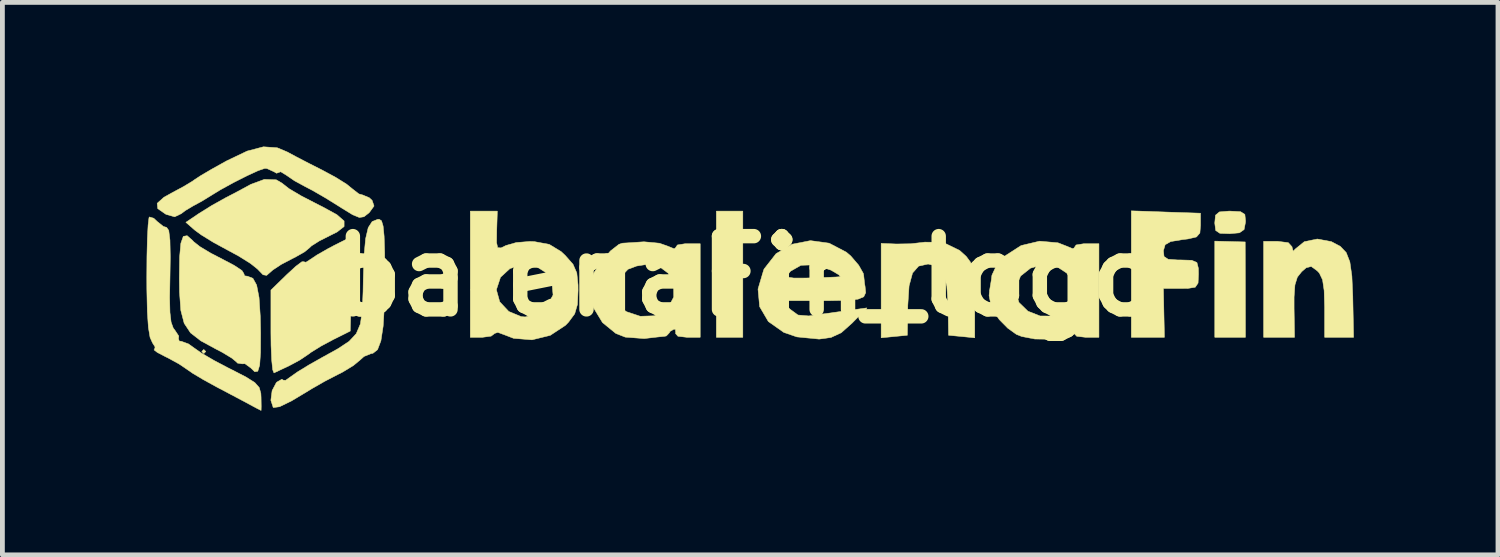
<source format=kicad_pcb>
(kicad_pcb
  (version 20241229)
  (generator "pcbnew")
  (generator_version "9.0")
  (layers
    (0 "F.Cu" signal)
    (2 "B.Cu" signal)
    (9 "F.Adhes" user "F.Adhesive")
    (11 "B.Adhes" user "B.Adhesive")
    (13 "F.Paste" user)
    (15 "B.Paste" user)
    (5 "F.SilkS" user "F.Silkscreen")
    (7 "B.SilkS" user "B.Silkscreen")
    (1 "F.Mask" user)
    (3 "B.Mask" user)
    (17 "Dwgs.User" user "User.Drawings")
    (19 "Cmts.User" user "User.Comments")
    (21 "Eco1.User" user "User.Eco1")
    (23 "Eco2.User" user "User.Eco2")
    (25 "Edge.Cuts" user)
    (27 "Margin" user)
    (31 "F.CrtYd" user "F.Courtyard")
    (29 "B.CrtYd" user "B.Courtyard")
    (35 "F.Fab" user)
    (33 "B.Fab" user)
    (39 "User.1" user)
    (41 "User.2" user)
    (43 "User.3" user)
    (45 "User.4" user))
  (footprint "balenaFin_logo"
    (layer "F.Cu")
    (at 12.494 2.699)
    (property "Reference" "balenaFin_logo" (at 0 0 0) (layer "F.SilkS") (effects (font (size 1.524 1.524) (thickness 0.3))))
    (attr through_hole)
    (fp_poly (pts (xy -11.261 1.566) (xy -11.303 1.609) (xy -11.345 1.566) (xy -11.303 1.524) (xy -11.261 1.566)) (stroke (width 0.01) (type solid)) (fill yes) (layer "F.SilkS"))
    (fp_poly (pts (xy -0.085 1.27) (xy -0.636 1.27) (xy -0.636 -1.355) (xy -0.085 -1.355) (xy -0.085 1.27)) (stroke (width 0.01) (type solid)) (fill yes) (layer "F.SilkS"))
    (fp_poly (pts (xy 10.37 -0.714) (xy 10.373 0.278) (xy 10.375 1.27) (xy 9.737 1.27) (xy 9.737 -0.731) (xy 10.37 -0.714)) (stroke (width 0.01) (type solid)) (fill yes) (layer "F.SilkS"))
    (fp_poly (pts (xy 10.273 -1.344) (xy 10.363 -1.287) (xy 10.377 -1.151) (xy 10.376 -1.125) (xy 10.347 -0.972) (xy 10.25 -0.904) (xy 10.05 -0.886) (xy 9.844 -0.893) (xy 9.756 -0.952) (xy 9.737 -1.101) (xy 9.737 -1.116) (xy 9.752 -1.271) (xy 9.833 -1.339) (xy 10.026 -1.355) (xy 10.062 -1.355) (xy 10.273 -1.344)) (stroke (width 0.01) (type solid)) (fill yes) (layer "F.SilkS"))
    (fp_poly (pts (xy -8.228 0.152) (xy -8.255 1.141) (xy -8.616 1.321) (xy -8.867 1.456) (xy -9.072 1.583) (xy -9.124 1.622) (xy -9.307 1.745) (xy -9.525 1.862) (xy -9.718 1.953) (xy -9.839 2.01) (xy -9.842 2.012) (xy -9.869 1.946) (xy -9.89 1.745) (xy -9.903 1.441) (xy -9.906 1.165) (xy -9.906 0.288) (xy -9.567 -0.042) (xy -9.385 -0.209) (xy -9.262 -0.301) (xy -9.229 -0.303) (xy -9.177 -0.291) (xy -9.098 -0.342) (xy -8.947 -0.443) (xy -8.712 -0.577) (xy -8.585 -0.644) (xy -8.201 -0.838) (xy -8.228 0.152)) (stroke (width 0.01) (type solid)) (fill yes) (layer "F.SilkS"))
    (fp_poly (pts (xy 8.72 -1.336) (xy 9.44 -1.312) (xy 9.44 -1.058) (xy 9.427 -0.9) (xy 9.356 -0.818) (xy 9.182 -0.777) (xy 9.059 -0.762) (xy 8.819 -0.722) (xy 8.704 -0.656) (xy 8.669 -0.536) (xy 8.668 -0.529) (xy 8.681 -0.41) (xy 8.765 -0.354) (xy 8.965 -0.339) (xy 9.028 -0.339) (xy 9.258 -0.332) (xy 9.365 -0.286) (xy 9.396 -0.164) (xy 9.398 -0.042) (xy 9.389 0.142) (xy 9.331 0.228) (xy 9.177 0.253) (xy 9.033 0.254) (xy 8.668 0.254) (xy 8.678 0.762) (xy 8.689 1.27) (xy 8 1.27) (xy 8 -1.361) (xy 8.72 -1.336)) (stroke (width 0.01) (type solid)) (fill yes) (layer "F.SilkS"))
    (fp_poly (pts (xy 4.082 -0.705) (xy 4.427 -0.537) (xy 4.564 -0.413) (xy 4.651 -0.296) (xy 4.705 -0.147) (xy 4.732 0.075) (xy 4.741 0.414) (xy 4.741 0.529) (xy 4.741 1.281) (xy 4.469 1.254) (xy 4.196 1.228) (xy 4.187 0.619) (xy 4.161 0.206) (xy 4.09 -0.063) (xy 3.964 -0.209) (xy 3.773 -0.254) (xy 3.768 -0.254) (xy 3.574 -0.211) (xy 3.447 -0.067) (xy 3.375 0.199) (xy 3.348 0.608) (xy 3.348 0.619) (xy 3.339 1.228) (xy 3.067 1.254) (xy 2.794 1.281) (xy 2.794 -0.684) (xy 3.111 -0.671) (xy 3.41 -0.676) (xy 3.691 -0.708) (xy 3.698 -0.71) (xy 4.082 -0.705)) (stroke (width 0.01) (type solid)) (fill yes) (layer "F.SilkS"))
    (fp_poly (pts (xy 12.16 -0.721) (xy 12.168 -0.718) (xy 12.349 -0.622) (xy 12.472 -0.493) (xy 12.548 -0.299) (xy 12.59 -0.005) (xy 12.609 0.42) (xy 12.61 0.487) (xy 12.626 1.27) (xy 12.023 1.27) (xy 12.023 0.648) (xy 12.013 0.298) (xy 11.98 0.074) (xy 11.913 -0.066) (xy 11.869 -0.113) (xy 11.744 -0.204) (xy 11.64 -0.177) (xy 11.546 -0.096) (xy 11.455 0.019) (xy 11.405 0.18) (xy 11.387 0.433) (xy 11.387 0.665) (xy 11.397 1.27) (xy 10.753 1.27) (xy 10.753 -0.726) (xy 11.049 -0.726) (xy 11.267 -0.699) (xy 11.345 -0.612) (xy 11.347 -0.596) (xy 11.368 -0.52) (xy 11.412 -0.566) (xy 11.6 -0.719) (xy 11.87 -0.775) (xy 12.16 -0.721)) (stroke (width 0.01) (type solid)) (fill yes) (layer "F.SilkS"))
    (fp_poly (pts (xy -11.533 -0.741) (xy -11.514 -0.719) (xy -11.385 -0.617) (xy -11.155 -0.479) (xy -10.911 -0.353) (xy -10.667 -0.224) (xy -10.508 -0.118) (xy -10.47 -0.057) (xy -10.454 -0.009) (xy -10.391 0) (xy -10.281 0.043) (xy -10.203 0.184) (xy -10.153 0.443) (xy -10.127 0.84) (xy -10.12 1.171) (xy -10.122 1.586) (xy -10.14 1.85) (xy -10.179 1.977) (xy -10.243 1.987) (xy -10.329 1.905) (xy -10.446 1.82) (xy -10.502 1.823) (xy -10.603 1.807) (xy -10.622 1.784) (xy -10.722 1.702) (xy -10.921 1.582) (xy -11.05 1.515) (xy -11.365 1.344) (xy -11.579 1.178) (xy -11.711 0.979) (xy -11.781 0.71) (xy -11.808 0.332) (xy -11.812 0.036) (xy -11.806 -0.403) (xy -11.78 -0.688) (xy -11.729 -0.83) (xy -11.649 -0.844) (xy -11.533 -0.741)) (stroke (width 0.01) (type solid)) (fill yes) (layer "F.SilkS"))
    (fp_poly (pts (xy -9.794 -2.007) (xy -9.676 -1.938) (xy -9.528 -1.822) (xy -9.277 -1.673) (xy -8.897 -1.477) (xy -8.84 -1.449) (xy -8.534 -1.282) (xy -8.383 -1.15) (xy -8.383 -1.035) (xy -8.529 -0.921) (xy -8.667 -0.852) (xy -8.899 -0.735) (xy -9.062 -0.632) (xy -9.1 -0.595) (xy -9.204 -0.509) (xy -9.4 -0.397) (xy -9.465 -0.365) (xy -9.695 -0.244) (xy -9.867 -0.13) (xy -9.891 -0.109) (xy -9.995 -0.018) (xy -10.07 -0.031) (xy -10.183 -0.148) (xy -10.328 -0.264) (xy -10.57 -0.416) (xy -10.81 -0.546) (xy -11.101 -0.704) (xy -11.354 -0.86) (xy -11.489 -0.959) (xy -11.676 -1.122) (xy -11.405 -1.305) (xy -11.132 -1.475) (xy -10.847 -1.634) (xy -10.837 -1.639) (xy -10.58 -1.773) (xy -10.348 -1.899) (xy -10.329 -1.91) (xy -10.043 -2.016) (xy -9.794 -2.007)) (stroke (width 0.01) (type solid)) (fill yes) (layer "F.SilkS"))
    (fp_poly (pts (xy -7.604 -1.154) (xy -7.571 -1.044) (xy -7.55 -0.833) (xy -7.539 -0.499) (xy -7.535 -0.018) (xy -7.535 -0.006) (xy -7.543 0.593) (xy -7.57 1.038) (xy -7.617 1.344) (xy -7.687 1.528) (xy -7.784 1.604) (xy -7.819 1.609) (xy -7.968 1.669) (xy -8.047 1.74) (xy -8.188 1.857) (xy -8.413 1.994) (xy -8.502 2.039) (xy -8.784 2.185) (xy -9.05 2.337) (xy -9.102 2.369) (xy -9.473 2.592) (xy -9.725 2.715) (xy -9.852 2.733) (xy -9.859 2.729) (xy -9.907 2.581) (xy -9.881 2.38) (xy -9.794 2.215) (xy -9.779 2.201) (xy -9.677 2.143) (xy -9.652 2.162) (xy -9.6 2.166) (xy -9.504 2.098) (xy -9.354 1.992) (xy -9.109 1.842) (xy -8.848 1.695) (xy -8.512 1.509) (xy -8.279 1.355) (xy -8.13 1.195) (xy -8.044 0.993) (xy -8.004 0.713) (xy -7.988 0.317) (xy -7.984 0.075) (xy -7.968 -0.427) (xy -7.935 -0.782) (xy -7.881 -1.011) (xy -7.799 -1.138) (xy -7.684 -1.184) (xy -7.652 -1.185) (xy -7.604 -1.154)) (stroke (width 0.01) (type solid)) (fill yes) (layer "F.SilkS"))
    (fp_poly (pts (xy -5.207 -0.944) (xy -5.21 -0.701) (xy -5.187 -0.594) (xy -5.117 -0.59) (xy -5.014 -0.64) (xy -4.801 -0.701) (xy -4.519 -0.724) (xy -4.426 -0.721) (xy -4.113 -0.663) (xy -3.866 -0.513) (xy -3.778 -0.43) (xy -3.619 -0.249) (xy -3.54 -0.069) (xy -3.515 0.18) (xy -3.514 0.296) (xy -3.527 0.587) (xy -3.584 0.782) (xy -3.712 0.955) (xy -3.778 1.023) (xy -4.093 1.23) (xy -4.473 1.323) (xy -4.855 1.292) (xy -5.029 1.225) (xy -5.183 1.168) (xy -5.249 1.189) (xy -5.249 1.19) (xy -5.323 1.246) (xy -5.5 1.27) (xy -5.503 1.27) (xy -5.757 1.27) (xy -5.757 0.284) (xy -5.213 0.284) (xy -5.144 0.532) (xy -4.956 0.733) (xy -4.699 0.84) (xy -4.614 0.847) (xy -4.32 0.77) (xy -4.179 0.656) (xy -4.034 0.39) (xy -4.058 0.119) (xy -4.183 -0.076) (xy -4.413 -0.223) (xy -4.68 -0.245) (xy -4.934 -0.158) (xy -5.128 0.021) (xy -5.212 0.275) (xy -5.213 0.284) (xy -5.757 0.284) (xy -5.757 -1.355) (xy -5.194 -1.355) (xy -5.207 -0.944)) (stroke (width 0.01) (type solid)) (fill yes) (layer "F.SilkS"))
    (fp_poly (pts (xy -1.82 -0.687) (xy -1.65 -0.627) (xy -1.514 -0.572) (xy -1.482 -0.593) (xy -1.484 -0.596) (xy -1.446 -0.651) (xy -1.284 -0.677) (xy -1.253 -0.677) (xy -0.972 -0.677) (xy -0.972 1.27) (xy -1.253 1.27) (xy -1.435 1.249) (xy -1.485 1.193) (xy -1.482 1.185) (xy -1.488 1.107) (xy -1.519 1.101) (xy -1.605 1.152) (xy -1.609 1.171) (xy -1.676 1.242) (xy -1.714 1.25) (xy -1.865 1.265) (xy -2.096 1.292) (xy -2.136 1.297) (xy -2.532 1.267) (xy -2.728 1.19) (xy -3.005 0.964) (xy -3.198 0.647) (xy -3.279 0.3) (xy -3.276 0.256) (xy -2.695 0.256) (xy -2.671 0.507) (xy -2.555 0.702) (xy -2.506 0.738) (xy -2.22 0.833) (xy -1.924 0.823) (xy -1.686 0.712) (xy -1.654 0.68) (xy -1.523 0.433) (xy -1.525 0.169) (xy -1.638 -0.063) (xy -1.845 -0.218) (xy -2.035 -0.254) (xy -2.295 -0.213) (xy -2.474 -0.146) (xy -2.628 0.017) (xy -2.695 0.256) (xy -3.276 0.256) (xy -3.267 0.138) (xy -3.183 -0.074) (xy -3.026 -0.313) (xy -2.839 -0.527) (xy -2.663 -0.664) (xy -2.593 -0.688) (xy -2.142 -0.717) (xy -1.82 -0.687)) (stroke (width 0.01) (type solid)) (fill yes) (layer "F.SilkS"))
    (fp_poly (pts (xy 1.711 -0.688) (xy 2.069 -0.501) (xy 2.161 -0.422) (xy 2.326 -0.23) (xy 2.422 -0.06) (xy 2.43 -0.021) (xy 2.449 0.155) (xy 2.459 0.212) (xy 2.472 0.342) (xy 2.432 0.427) (xy 2.312 0.477) (xy 2.085 0.501) (xy 1.722 0.508) (xy 1.596 0.508) (xy 0.736 0.508) (xy 0.895 0.684) (xy 1.063 0.807) (xy 1.285 0.826) (xy 1.353 0.818) (xy 1.624 0.779) (xy 1.952 0.734) (xy 2.074 0.717) (xy 2.498 0.659) (xy 2.192 0.972) (xy 1.965 1.174) (xy 1.75 1.274) (xy 1.503 1.308) (xy 1.039 1.262) (xy 0.768 1.169) (xy 0.446 0.942) (xy 0.265 0.633) (xy 0.231 0.267) (xy 0.317 -0.023) (xy 0.844 -0.023) (xy 0.859 0.021) (xy 0.979 0.038) (xy 1.233 0.037) (xy 1.337 0.034) (xy 1.63 0.025) (xy 1.85 0.016) (xy 1.947 0.009) (xy 1.912 -0.031) (xy 1.769 -0.116) (xy 1.747 -0.128) (xy 1.42 -0.238) (xy 1.123 -0.228) (xy 0.905 -0.103) (xy 0.844 -0.023) (xy 0.317 -0.023) (xy 0.35 -0.134) (xy 0.362 -0.157) (xy 0.607 -0.47) (xy 0.94 -0.666) (xy 1.322 -0.741) (xy 1.711 -0.688)) (stroke (width 0.01) (type solid)) (fill yes) (layer "F.SilkS"))
    (fp_poly (pts (xy 6.474 -0.696) (xy 6.641 -0.631) (xy 6.78 -0.574) (xy 6.816 -0.592) (xy 6.813 -0.596) (xy 6.851 -0.651) (xy 7.013 -0.677) (xy 7.044 -0.677) (xy 7.326 -0.677) (xy 7.326 1.27) (xy 7.044 1.27) (xy 6.864 1.249) (xy 6.811 1.194) (xy 6.815 1.186) (xy 6.795 1.145) (xy 6.672 1.17) (xy 6.494 1.25) (xy 6.477 1.26) (xy 6.273 1.31) (xy 5.992 1.306) (xy 5.718 1.253) (xy 5.609 1.21) (xy 5.428 1.08) (xy 5.253 0.903) (xy 5.139 0.737) (xy 5.122 0.677) (xy 5.082 0.575) (xy 5.069 0.55) (xy 5.04 0.403) (xy 5.05 0.296) (xy 5.588 0.296) (xy 5.661 0.545) (xy 5.848 0.727) (xy 6.101 0.827) (xy 6.371 0.828) (xy 6.61 0.711) (xy 6.654 0.668) (xy 6.802 0.404) (xy 6.781 0.132) (xy 6.658 -0.064) (xy 6.431 -0.214) (xy 6.164 -0.243) (xy 5.903 -0.169) (xy 5.697 -0.006) (xy 5.593 0.23) (xy 5.588 0.296) (xy 5.05 0.296) (xy 5.087 0.075) (xy 5.099 -0.022) (xy 5.168 -0.17) (xy 5.319 -0.364) (xy 5.386 -0.433) (xy 5.707 -0.639) (xy 6.091 -0.73) (xy 6.474 -0.696)) (stroke (width 0.01) (type solid)) (fill yes) (layer "F.SilkS"))
    (fp_poly (pts (xy -12.344 -1.207) (xy -12.276 -1.142) (xy -12.143 -1.036) (xy -12.076 -1.016) (xy -12.032 -0.952) (xy -12.007 -0.751) (xy -12 -0.402) (xy -12.006 -0.011) (xy -12.014 0.441) (xy -12.007 0.753) (xy -11.983 0.955) (xy -11.939 1.077) (xy -11.905 1.122) (xy -11.824 1.244) (xy -11.829 1.302) (xy -11.814 1.349) (xy -11.768 1.355) (xy -11.622 1.408) (xy -11.499 1.496) (xy -11.35 1.6) (xy -11.098 1.748) (xy -10.791 1.91) (xy -10.73 1.94) (xy -10.425 2.097) (xy -10.241 2.213) (xy -10.149 2.317) (xy -10.115 2.439) (xy -10.111 2.519) (xy -10.108 2.706) (xy -10.11 2.793) (xy -10.111 2.793) (xy -10.181 2.758) (xy -10.329 2.679) (xy -10.517 2.578) (xy -10.789 2.434) (xy -11.03 2.307) (xy -11.307 2.155) (xy -11.538 2.017) (xy -11.656 1.935) (xy -11.822 1.823) (xy -12.055 1.696) (xy -12.099 1.675) (xy -12.271 1.585) (xy -12.339 1.532) (xy -12.33 1.527) (xy -12.316 1.472) (xy -12.371 1.385) (xy -12.421 1.273) (xy -12.456 1.064) (xy -12.478 0.737) (xy -12.488 0.271) (xy -12.489 0.023) (xy -12.486 -0.414) (xy -12.477 -0.786) (xy -12.462 -1.064) (xy -12.444 -1.215) (xy -12.436 -1.234) (xy -12.344 -1.207)) (stroke (width 0.01) (type solid)) (fill yes) (layer "F.SilkS"))
    (fp_poly (pts (xy -9.775 -2.674) (xy -9.567 -2.587) (xy -9.381 -2.487) (xy -9.107 -2.345) (xy -8.838 -2.209) (xy -8.558 -2.058) (xy -8.332 -1.917) (xy -8.214 -1.821) (xy -8.075 -1.713) (xy -8.001 -1.693) (xy -7.859 -1.634) (xy -7.8 -1.579) (xy -7.76 -1.462) (xy -7.858 -1.327) (xy -7.871 -1.315) (xy -7.97 -1.238) (xy -8.066 -1.223) (xy -8.205 -1.28) (xy -8.432 -1.419) (xy -8.485 -1.453) (xy -8.77 -1.63) (xy -9.04 -1.786) (xy -9.186 -1.862) (xy -9.414 -1.986) (xy -9.588 -2.105) (xy -9.702 -2.175) (xy -9.737 -2.162) (xy -9.789 -2.144) (xy -9.842 -2.175) (xy -9.987 -2.241) (xy -10.033 -2.245) (xy -10.171 -2.198) (xy -10.404 -2.091) (xy -10.683 -1.95) (xy -10.956 -1.8) (xy -11.134 -1.691) (xy -11.342 -1.563) (xy -11.506 -1.474) (xy -11.515 -1.47) (xy -11.689 -1.366) (xy -11.771 -1.303) (xy -11.909 -1.237) (xy -12.083 -1.286) (xy -12.1 -1.295) (xy -12.261 -1.407) (xy -12.273 -1.518) (xy -12.132 -1.644) (xy -11.957 -1.741) (xy -11.721 -1.868) (xy -11.54 -1.977) (xy -11.5 -2.006) (xy -11.374 -2.089) (xy -11.145 -2.224) (xy -10.86 -2.383) (xy -10.825 -2.402) (xy -10.4 -2.605) (xy -10.061 -2.694) (xy -9.775 -2.674)) (stroke (width 0.01) (type solid)) (fill yes) (layer "F.SilkS")))
  (gr_rect
    (start -3 -3)
    (end 28.125 8.498)
    (stroke (width 0.1) (type default))
    (fill no)
    (layer "Edge.Cuts")))
</source>
